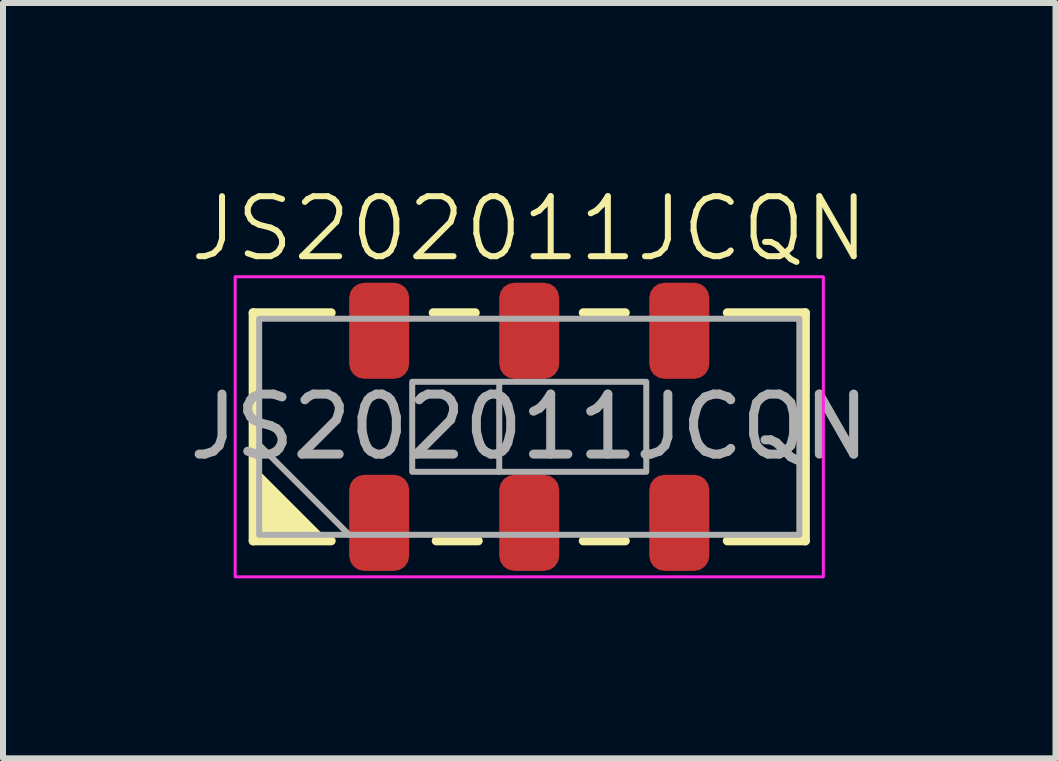
<source format=kicad_pcb>
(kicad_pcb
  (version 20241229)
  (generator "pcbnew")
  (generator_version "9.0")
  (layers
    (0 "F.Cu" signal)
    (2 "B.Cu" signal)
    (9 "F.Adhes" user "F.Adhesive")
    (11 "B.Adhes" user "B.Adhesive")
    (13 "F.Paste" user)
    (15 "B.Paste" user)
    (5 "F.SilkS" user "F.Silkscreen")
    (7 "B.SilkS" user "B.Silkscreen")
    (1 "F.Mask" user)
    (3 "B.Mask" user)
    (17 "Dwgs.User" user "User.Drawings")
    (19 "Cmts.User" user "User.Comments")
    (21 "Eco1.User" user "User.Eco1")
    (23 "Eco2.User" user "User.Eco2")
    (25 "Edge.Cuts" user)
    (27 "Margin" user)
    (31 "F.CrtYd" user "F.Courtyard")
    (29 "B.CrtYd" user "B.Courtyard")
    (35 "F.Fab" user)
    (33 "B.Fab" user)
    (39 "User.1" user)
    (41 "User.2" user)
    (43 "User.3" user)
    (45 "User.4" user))
  (footprint "JS202011JCQN"
    (layer "F.Cu")
    (at 5.768 4.061)
    (property "Reference" "JS202011JCQN" (at 0 -3.3 0) (unlocked yes) (layer "F.SilkS") (effects (font (size 1 1) (thickness 0.1))))
    (attr smd)
    (fp_line (start -4.6 -1.9) (end -3.3 -1.9) (stroke (width 0.15) (type default)) (layer "F.SilkS"))
    (fp_line (start -4.6 1.9) (end -4.6 -1.9) (stroke (width 0.15) (type default)) (layer "F.SilkS"))
    (fp_line (start -4.6 1.9) (end -3.3 1.9) (stroke (width 0.15) (type default)) (layer "F.SilkS"))
    (fp_line (start -0.9 -1.9) (end -1.6 -1.9) (stroke (width 0.15) (type default)) (layer "F.SilkS"))
    (fp_line (start -0.85 1.9) (end -1.55 1.9) (stroke (width 0.15) (type default)) (layer "F.SilkS"))
    (fp_line (start 1.6 -1.9) (end 0.9 -1.9) (stroke (width 0.15) (type default)) (layer "F.SilkS"))
    (fp_line (start 1.6 1.9) (end 0.9 1.9) (stroke (width 0.15) (type default)) (layer "F.SilkS"))
    (fp_line (start 3.3 1.9) (end 4.6 1.9) (stroke (width 0.15) (type default)) (layer "F.SilkS"))
    (fp_line (start 4.6 -1.9) (end 3.3 -1.9) (stroke (width 0.15) (type default)) (layer "F.SilkS"))
    (fp_line (start 4.6 1.9) (end 4.6 -1.9) (stroke (width 0.15) (type default)) (layer "F.SilkS"))
    (fp_poly (pts (xy -4.6 0.7) (xy -4.6 1.9) (xy -3.4 1.9)) (stroke (width 0.1) (type solid)) (fill yes) (layer "F.SilkS"))
    (fp_rect (start -4.9 -2.5) (end 4.9 2.5) (stroke (width 0.05) (type default)) (fill no) (layer "F.CrtYd"))
    (fp_line (start -4.5 0.3) (end -3 1.8) (stroke (width 0.1) (type default)) (layer "F.Fab"))
    (fp_line (start -0.5 -0.75) (end -0.5 0.75) (stroke (width 0.1) (type default)) (layer "F.Fab"))
    (fp_rect (start -4.5 -1.8) (end 4.5 1.8) (stroke (width 0.1) (type default)) (fill no) (layer "F.Fab"))
    (fp_rect (start -1.95 -0.75) (end 1.95 0.75) (stroke (width 0.1) (type default)) (fill no) (layer "F.Fab"))
    (fp_text user "${REFERENCE}" (at 0 0 0) (unlocked yes) (layer "F.Fab") (effects (font (size 1 1) (thickness 0.15))))
    (pad "1" smd roundrect (at -2.5 1.6) (size 1 1.6) (layers "F.Cu" "F.Mask" "F.Paste") (roundrect_rratio 0.25))
    (pad "2" smd roundrect (at 0 1.6) (size 1 1.6) (layers "F.Cu" "F.Mask" "F.Paste") (roundrect_rratio 0.25))
    (pad "3" smd roundrect (at 2.5 1.6) (size 1 1.6) (layers "F.Cu" "F.Mask" "F.Paste") (roundrect_rratio 0.25))
    (pad "4" smd roundrect (at -2.5 -1.6) (size 1 1.6) (layers "F.Cu" "F.Mask" "F.Paste") (roundrect_rratio 0.25))
    (pad "5" smd roundrect (at 0 -1.6) (size 1 1.6) (layers "F.Cu" "F.Mask" "F.Paste") (roundrect_rratio 0.25))
    (pad "6" smd roundrect (at 2.5 -1.6) (size 1 1.6) (layers "F.Cu" "F.Mask" "F.Paste") (roundrect_rratio 0.25)))
  (gr_rect
    (start -3 -3)
    (end 14.536 9.585)
    (stroke (width 0.1) (type default))
    (fill no)
    (layer "Edge.Cuts")))
</source>
